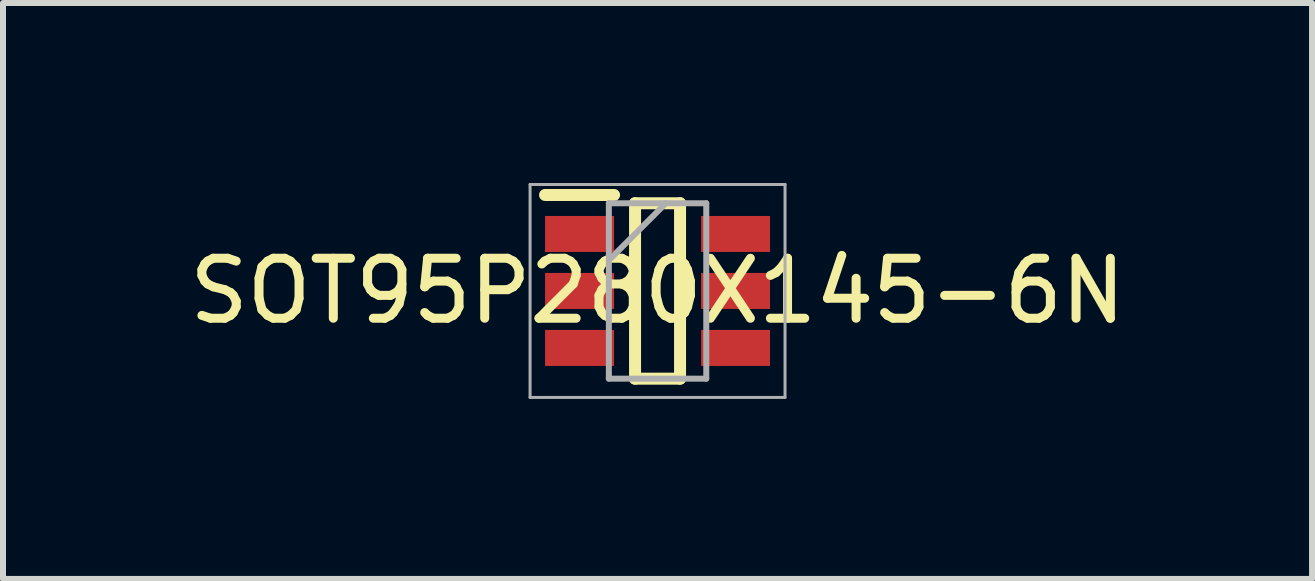
<source format=kicad_pcb>
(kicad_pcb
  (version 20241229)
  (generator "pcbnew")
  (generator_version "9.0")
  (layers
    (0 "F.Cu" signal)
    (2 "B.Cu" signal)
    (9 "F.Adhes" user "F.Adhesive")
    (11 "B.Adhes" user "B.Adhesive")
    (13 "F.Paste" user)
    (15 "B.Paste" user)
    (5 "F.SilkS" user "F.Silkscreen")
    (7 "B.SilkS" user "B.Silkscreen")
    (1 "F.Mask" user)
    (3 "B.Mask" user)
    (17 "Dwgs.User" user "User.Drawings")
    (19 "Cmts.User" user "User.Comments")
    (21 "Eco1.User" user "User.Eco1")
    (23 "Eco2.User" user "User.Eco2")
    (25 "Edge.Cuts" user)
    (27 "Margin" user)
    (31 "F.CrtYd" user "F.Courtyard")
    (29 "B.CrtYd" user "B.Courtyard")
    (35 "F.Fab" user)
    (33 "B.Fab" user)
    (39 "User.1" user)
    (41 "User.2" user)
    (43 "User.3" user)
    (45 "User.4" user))
  (footprint "SOT95P280X145-6N"
    (layer "F.Cu")
    (at 7.911 1.8)
    (property "Reference" "SOT95P280X145-6N" (at 0 0 0) (layer "F.SilkS") (effects (font (size 1 1) (thickness 0.15))))
    (attr smd)
    (fp_line (start -1.875 -1.6) (end -0.725 -1.6) (stroke (width 0.2) (type solid)) (layer "F.SilkS"))
    (fp_line (start -0.375 -1.462) (end 0.375 -1.462) (stroke (width 0.2) (type solid)) (layer "F.SilkS"))
    (fp_line (start -0.375 1.462) (end -0.375 -1.462) (stroke (width 0.2) (type solid)) (layer "F.SilkS"))
    (fp_line (start 0.375 -1.462) (end 0.375 1.462) (stroke (width 0.2) (type solid)) (layer "F.SilkS"))
    (fp_line (start 0.375 1.462) (end -0.375 1.462) (stroke (width 0.2) (type solid)) (layer "F.SilkS"))
    (fp_line (start -2.125 -1.775) (end 2.125 -1.775) (stroke (width 0.05) (type solid)) (layer "F.Fab"))
    (fp_line (start -2.125 1.775) (end -2.125 -1.775) (stroke (width 0.05) (type solid)) (layer "F.Fab"))
    (fp_line (start -0.812 -1.462) (end 0.812 -1.462) (stroke (width 0.1) (type solid)) (layer "F.Fab"))
    (fp_line (start -0.812 -0.512) (end 0.138 -1.462) (stroke (width 0.1) (type solid)) (layer "F.Fab"))
    (fp_line (start -0.812 1.462) (end -0.812 -1.462) (stroke (width 0.1) (type solid)) (layer "F.Fab"))
    (fp_line (start 0.812 -1.462) (end 0.812 1.462) (stroke (width 0.1) (type solid)) (layer "F.Fab"))
    (fp_line (start 0.812 1.462) (end -0.812 1.462) (stroke (width 0.1) (type solid)) (layer "F.Fab"))
    (fp_line (start 2.125 -1.775) (end 2.125 1.775) (stroke (width 0.05) (type solid)) (layer "F.Fab"))
    (fp_line (start 2.125 1.775) (end -2.125 1.775) (stroke (width 0.05) (type solid)) (layer "F.Fab"))
    (pad "1" smd rect (at -1.3 -0.95) (size 1.15 0.6) (layers "F.Cu" "F.Mask" "F.Paste"))
    (pad "2" smd rect (at -1.3 0) (size 1.15 0.6) (layers "F.Cu" "F.Mask" "F.Paste"))
    (pad "3" smd rect (at -1.3 0.95) (size 1.15 0.6) (layers "F.Cu" "F.Mask" "F.Paste"))
    (pad "4" smd rect (at 1.3 0.95) (size 1.15 0.6) (layers "F.Cu" "F.Mask" "F.Paste"))
    (pad "5" smd rect (at 1.3 0) (size 1.15 0.6) (layers "F.Cu" "F.Mask" "F.Paste"))
    (pad "6" smd rect (at 1.3 -0.95) (size 1.15 0.6) (layers "F.Cu" "F.Mask" "F.Paste")))
  (gr_rect
    (start -3 -3)
    (end 18.821 6.6)
    (stroke (width 0.1) (type default))
    (fill no)
    (layer "Edge.Cuts")))
</source>
